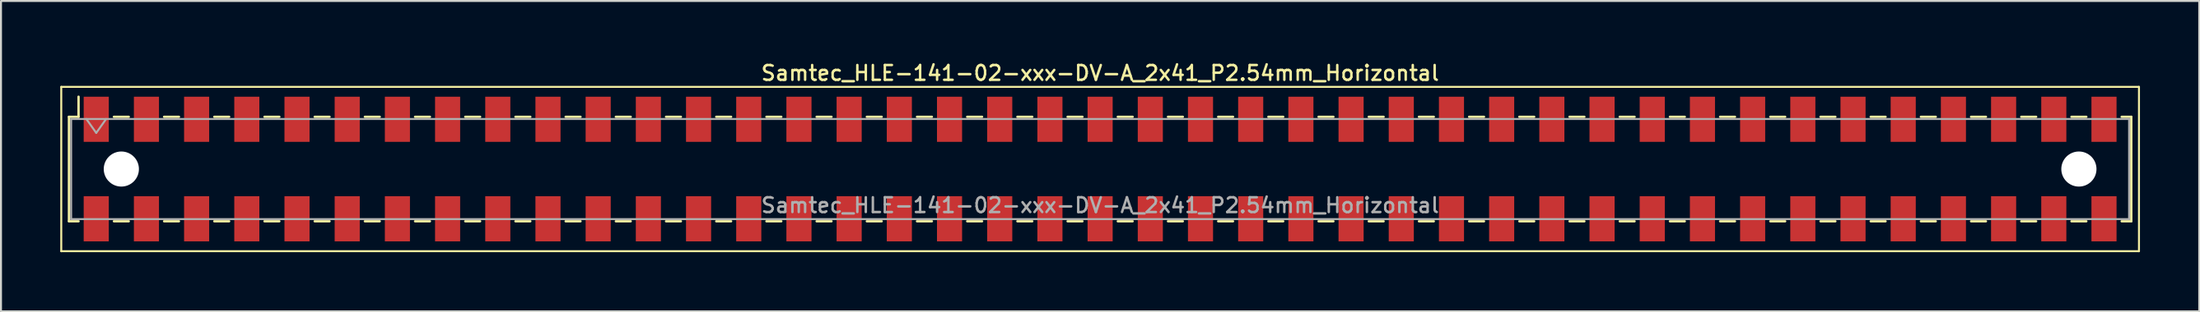
<source format=kicad_pcb>
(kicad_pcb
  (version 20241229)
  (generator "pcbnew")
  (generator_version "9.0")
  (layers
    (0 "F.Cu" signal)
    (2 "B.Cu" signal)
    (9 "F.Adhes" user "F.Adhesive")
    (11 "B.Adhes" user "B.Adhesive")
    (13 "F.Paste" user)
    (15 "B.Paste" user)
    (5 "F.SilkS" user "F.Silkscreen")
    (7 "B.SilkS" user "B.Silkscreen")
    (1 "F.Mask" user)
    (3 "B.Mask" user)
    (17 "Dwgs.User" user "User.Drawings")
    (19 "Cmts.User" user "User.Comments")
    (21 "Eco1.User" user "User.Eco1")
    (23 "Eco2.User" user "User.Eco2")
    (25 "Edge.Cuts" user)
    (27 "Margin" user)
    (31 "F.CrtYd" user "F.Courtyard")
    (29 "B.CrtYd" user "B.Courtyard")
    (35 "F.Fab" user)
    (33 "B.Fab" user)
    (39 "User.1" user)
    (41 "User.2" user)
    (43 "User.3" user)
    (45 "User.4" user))
  (footprint "Samtec_HLE-141-02-xxx-DV-A_2x41_P2.54mm_Horizontal"
    (layer "F.Cu")
    (at 52.62 5.528)
    (property "Reference" "Samtec_HLE-141-02-xxx-DV-A_2x41_P2.54mm_Horizontal" (at 0 -4.87 0) (layer "F.SilkS") (effects (font (size 0.75 0.75) (thickness 0.125))))
    (attr smd)
    (fp_line (start -52.57 -4.17) (end 52.57 -4.17) (stroke (width 0.1) (type solid)) (layer "F.SilkS"))
    (fp_line (start -52.57 4.17) (end -52.57 -4.17) (stroke (width 0.1) (type solid)) (layer "F.SilkS"))
    (fp_line (start -52.18 -2.65) (end -52.18 2.65) (stroke (width 0.12) (type solid)) (layer "F.SilkS"))
    (fp_line (start -52.18 2.65) (end -51.695 2.65) (stroke (width 0.12) (type solid)) (layer "F.SilkS"))
    (fp_line (start -51.695 -3.67) (end -51.695 -2.65) (stroke (width 0.12) (type solid)) (layer "F.SilkS"))
    (fp_line (start -51.695 -2.65) (end -52.18 -2.65) (stroke (width 0.12) (type solid)) (layer "F.SilkS"))
    (fp_line (start -49.905 -2.65) (end -49.155 -2.65) (stroke (width 0.12) (type solid)) (layer "F.SilkS"))
    (fp_line (start -49.905 2.65) (end -49.155 2.65) (stroke (width 0.12) (type solid)) (layer "F.SilkS"))
    (fp_line (start -47.365 -2.65) (end -46.615 -2.65) (stroke (width 0.12) (type solid)) (layer "F.SilkS"))
    (fp_line (start -47.365 2.65) (end -46.615 2.65) (stroke (width 0.12) (type solid)) (layer "F.SilkS"))
    (fp_line (start -44.825 -2.65) (end -44.075 -2.65) (stroke (width 0.12) (type solid)) (layer "F.SilkS"))
    (fp_line (start -44.825 2.65) (end -44.075 2.65) (stroke (width 0.12) (type solid)) (layer "F.SilkS"))
    (fp_line (start -42.285 -2.65) (end -41.535 -2.65) (stroke (width 0.12) (type solid)) (layer "F.SilkS"))
    (fp_line (start -42.285 2.65) (end -41.535 2.65) (stroke (width 0.12) (type solid)) (layer "F.SilkS"))
    (fp_line (start -39.745 -2.65) (end -38.995 -2.65) (stroke (width 0.12) (type solid)) (layer "F.SilkS"))
    (fp_line (start -39.745 2.65) (end -38.995 2.65) (stroke (width 0.12) (type solid)) (layer "F.SilkS"))
    (fp_line (start -37.205 -2.65) (end -36.455 -2.65) (stroke (width 0.12) (type solid)) (layer "F.SilkS"))
    (fp_line (start -37.205 2.65) (end -36.455 2.65) (stroke (width 0.12) (type solid)) (layer "F.SilkS"))
    (fp_line (start -34.665 -2.65) (end -33.915 -2.65) (stroke (width 0.12) (type solid)) (layer "F.SilkS"))
    (fp_line (start -34.665 2.65) (end -33.915 2.65) (stroke (width 0.12) (type solid)) (layer "F.SilkS"))
    (fp_line (start -32.125 -2.65) (end -31.375 -2.65) (stroke (width 0.12) (type solid)) (layer "F.SilkS"))
    (fp_line (start -32.125 2.65) (end -31.375 2.65) (stroke (width 0.12) (type solid)) (layer "F.SilkS"))
    (fp_line (start -29.585 -2.65) (end -28.835 -2.65) (stroke (width 0.12) (type solid)) (layer "F.SilkS"))
    (fp_line (start -29.585 2.65) (end -28.835 2.65) (stroke (width 0.12) (type solid)) (layer "F.SilkS"))
    (fp_line (start -27.045 -2.65) (end -26.295 -2.65) (stroke (width 0.12) (type solid)) (layer "F.SilkS"))
    (fp_line (start -27.045 2.65) (end -26.295 2.65) (stroke (width 0.12) (type solid)) (layer "F.SilkS"))
    (fp_line (start -24.505 -2.65) (end -23.755 -2.65) (stroke (width 0.12) (type solid)) (layer "F.SilkS"))
    (fp_line (start -24.505 2.65) (end -23.755 2.65) (stroke (width 0.12) (type solid)) (layer "F.SilkS"))
    (fp_line (start -21.965 -2.65) (end -21.215 -2.65) (stroke (width 0.12) (type solid)) (layer "F.SilkS"))
    (fp_line (start -21.965 2.65) (end -21.215 2.65) (stroke (width 0.12) (type solid)) (layer "F.SilkS"))
    (fp_line (start -19.425 -2.65) (end -18.675 -2.65) (stroke (width 0.12) (type solid)) (layer "F.SilkS"))
    (fp_line (start -19.425 2.65) (end -18.675 2.65) (stroke (width 0.12) (type solid)) (layer "F.SilkS"))
    (fp_line (start -16.885 -2.65) (end -16.135 -2.65) (stroke (width 0.12) (type solid)) (layer "F.SilkS"))
    (fp_line (start -16.885 2.65) (end -16.135 2.65) (stroke (width 0.12) (type solid)) (layer "F.SilkS"))
    (fp_line (start -14.345 -2.65) (end -13.595 -2.65) (stroke (width 0.12) (type solid)) (layer "F.SilkS"))
    (fp_line (start -14.345 2.65) (end -13.595 2.65) (stroke (width 0.12) (type solid)) (layer "F.SilkS"))
    (fp_line (start -11.805 -2.65) (end -11.055 -2.65) (stroke (width 0.12) (type solid)) (layer "F.SilkS"))
    (fp_line (start -11.805 2.65) (end -11.055 2.65) (stroke (width 0.12) (type solid)) (layer "F.SilkS"))
    (fp_line (start -9.265 -2.65) (end -8.515 -2.65) (stroke (width 0.12) (type solid)) (layer "F.SilkS"))
    (fp_line (start -9.265 2.65) (end -8.515 2.65) (stroke (width 0.12) (type solid)) (layer "F.SilkS"))
    (fp_line (start -6.725 -2.65) (end -5.975 -2.65) (stroke (width 0.12) (type solid)) (layer "F.SilkS"))
    (fp_line (start -6.725 2.65) (end -5.975 2.65) (stroke (width 0.12) (type solid)) (layer "F.SilkS"))
    (fp_line (start -4.185 -2.65) (end -3.435 -2.65) (stroke (width 0.12) (type solid)) (layer "F.SilkS"))
    (fp_line (start -4.185 2.65) (end -3.435 2.65) (stroke (width 0.12) (type solid)) (layer "F.SilkS"))
    (fp_line (start -1.645 -2.65) (end -0.895 -2.65) (stroke (width 0.12) (type solid)) (layer "F.SilkS"))
    (fp_line (start -1.645 2.65) (end -0.895 2.65) (stroke (width 0.12) (type solid)) (layer "F.SilkS"))
    (fp_line (start 0.895 -2.65) (end 1.645 -2.65) (stroke (width 0.12) (type solid)) (layer "F.SilkS"))
    (fp_line (start 0.895 2.65) (end 1.645 2.65) (stroke (width 0.12) (type solid)) (layer "F.SilkS"))
    (fp_line (start 3.435 -2.65) (end 4.185 -2.65) (stroke (width 0.12) (type solid)) (layer "F.SilkS"))
    (fp_line (start 3.435 2.65) (end 4.185 2.65) (stroke (width 0.12) (type solid)) (layer "F.SilkS"))
    (fp_line (start 5.975 -2.65) (end 6.725 -2.65) (stroke (width 0.12) (type solid)) (layer "F.SilkS"))
    (fp_line (start 5.975 2.65) (end 6.725 2.65) (stroke (width 0.12) (type solid)) (layer "F.SilkS"))
    (fp_line (start 8.515 -2.65) (end 9.265 -2.65) (stroke (width 0.12) (type solid)) (layer "F.SilkS"))
    (fp_line (start 8.515 2.65) (end 9.265 2.65) (stroke (width 0.12) (type solid)) (layer "F.SilkS"))
    (fp_line (start 11.055 -2.65) (end 11.805 -2.65) (stroke (width 0.12) (type solid)) (layer "F.SilkS"))
    (fp_line (start 11.055 2.65) (end 11.805 2.65) (stroke (width 0.12) (type solid)) (layer "F.SilkS"))
    (fp_line (start 13.595 -2.65) (end 14.345 -2.65) (stroke (width 0.12) (type solid)) (layer "F.SilkS"))
    (fp_line (start 13.595 2.65) (end 14.345 2.65) (stroke (width 0.12) (type solid)) (layer "F.SilkS"))
    (fp_line (start 16.135 -2.65) (end 16.885 -2.65) (stroke (width 0.12) (type solid)) (layer "F.SilkS"))
    (fp_line (start 16.135 2.65) (end 16.885 2.65) (stroke (width 0.12) (type solid)) (layer "F.SilkS"))
    (fp_line (start 18.675 -2.65) (end 19.425 -2.65) (stroke (width 0.12) (type solid)) (layer "F.SilkS"))
    (fp_line (start 18.675 2.65) (end 19.425 2.65) (stroke (width 0.12) (type solid)) (layer "F.SilkS"))
    (fp_line (start 21.215 -2.65) (end 21.965 -2.65) (stroke (width 0.12) (type solid)) (layer "F.SilkS"))
    (fp_line (start 21.215 2.65) (end 21.965 2.65) (stroke (width 0.12) (type solid)) (layer "F.SilkS"))
    (fp_line (start 23.755 -2.65) (end 24.505 -2.65) (stroke (width 0.12) (type solid)) (layer "F.SilkS"))
    (fp_line (start 23.755 2.65) (end 24.505 2.65) (stroke (width 0.12) (type solid)) (layer "F.SilkS"))
    (fp_line (start 26.295 -2.65) (end 27.045 -2.65) (stroke (width 0.12) (type solid)) (layer "F.SilkS"))
    (fp_line (start 26.295 2.65) (end 27.045 2.65) (stroke (width 0.12) (type solid)) (layer "F.SilkS"))
    (fp_line (start 28.835 -2.65) (end 29.585 -2.65) (stroke (width 0.12) (type solid)) (layer "F.SilkS"))
    (fp_line (start 28.835 2.65) (end 29.585 2.65) (stroke (width 0.12) (type solid)) (layer "F.SilkS"))
    (fp_line (start 31.375 -2.65) (end 32.125 -2.65) (stroke (width 0.12) (type solid)) (layer "F.SilkS"))
    (fp_line (start 31.375 2.65) (end 32.125 2.65) (stroke (width 0.12) (type solid)) (layer "F.SilkS"))
    (fp_line (start 33.915 -2.65) (end 34.665 -2.65) (stroke (width 0.12) (type solid)) (layer "F.SilkS"))
    (fp_line (start 33.915 2.65) (end 34.665 2.65) (stroke (width 0.12) (type solid)) (layer "F.SilkS"))
    (fp_line (start 36.455 -2.65) (end 37.205 -2.65) (stroke (width 0.12) (type solid)) (layer "F.SilkS"))
    (fp_line (start 36.455 2.65) (end 37.205 2.65) (stroke (width 0.12) (type solid)) (layer "F.SilkS"))
    (fp_line (start 38.995 -2.65) (end 39.745 -2.65) (stroke (width 0.12) (type solid)) (layer "F.SilkS"))
    (fp_line (start 38.995 2.65) (end 39.745 2.65) (stroke (width 0.12) (type solid)) (layer "F.SilkS"))
    (fp_line (start 41.535 -2.65) (end 42.285 -2.65) (stroke (width 0.12) (type solid)) (layer "F.SilkS"))
    (fp_line (start 41.535 2.65) (end 42.285 2.65) (stroke (width 0.12) (type solid)) (layer "F.SilkS"))
    (fp_line (start 44.075 -2.65) (end 44.825 -2.65) (stroke (width 0.12) (type solid)) (layer "F.SilkS"))
    (fp_line (start 44.075 2.65) (end 44.825 2.65) (stroke (width 0.12) (type solid)) (layer "F.SilkS"))
    (fp_line (start 46.615 -2.65) (end 47.365 -2.65) (stroke (width 0.12) (type solid)) (layer "F.SilkS"))
    (fp_line (start 46.615 2.65) (end 47.365 2.65) (stroke (width 0.12) (type solid)) (layer "F.SilkS"))
    (fp_line (start 49.155 -2.65) (end 49.905 -2.65) (stroke (width 0.12) (type solid)) (layer "F.SilkS"))
    (fp_line (start 49.155 2.65) (end 49.905 2.65) (stroke (width 0.12) (type solid)) (layer "F.SilkS"))
    (fp_line (start 51.695 -2.65) (end 52.18 -2.65) (stroke (width 0.12) (type solid)) (layer "F.SilkS"))
    (fp_line (start 52.18 -2.65) (end 52.18 2.65) (stroke (width 0.12) (type solid)) (layer "F.SilkS"))
    (fp_line (start 52.18 2.65) (end 51.695 2.65) (stroke (width 0.12) (type solid)) (layer "F.SilkS"))
    (fp_line (start 52.57 -4.17) (end 52.57 4.17) (stroke (width 0.1) (type solid)) (layer "F.SilkS"))
    (fp_line (start 52.57 4.17) (end -52.57 4.17) (stroke (width 0.1) (type solid)) (layer "F.SilkS"))
    (fp_line (start -52.07 -2.54) (end 52.07 -2.54) (stroke (width 0.1) (type solid)) (layer "F.Fab"))
    (fp_line (start -52.07 2.54) (end -52.07 -2.54) (stroke (width 0.1) (type solid)) (layer "F.Fab"))
    (fp_line (start -51.3 -2.54) (end -50.8 -1.833) (stroke (width 0.1) (type solid)) (layer "F.Fab"))
    (fp_line (start -50.8 -1.833) (end -50.3 -2.54) (stroke (width 0.1) (type solid)) (layer "F.Fab"))
    (fp_line (start 52.07 -2.54) (end 52.07 2.54) (stroke (width 0.1) (type solid)) (layer "F.Fab"))
    (fp_line (start 52.07 2.54) (end -52.07 2.54) (stroke (width 0.1) (type solid)) (layer "F.Fab"))
    (fp_text user "${REFERENCE}" (at 0 1.84 0) (layer "F.Fab") (effects (font (size 0.75 0.75) (thickness 0.125))))
    (pad "" np_thru_hole circle (at -49.53 0) (size 1.78 1.78) (drill 1.78) (layers "*.Cu" "*.Mask"))
    (pad "" np_thru_hole circle (at 49.53 0) (size 1.78 1.78) (drill 1.78) (layers "*.Cu" "*.Mask"))
    (pad "1" smd rect (at -50.8 -2.525) (size 1.27 2.29) (layers "F.Cu" "F.Mask" "F.Paste"))
    (pad "2" smd rect (at -50.8 2.525) (size 1.27 2.29) (layers "F.Cu" "F.Mask" "F.Paste"))
    (pad "3" smd rect (at -48.26 -2.525) (size 1.27 2.29) (layers "F.Cu" "F.Mask" "F.Paste"))
    (pad "4" smd rect (at -48.26 2.525) (size 1.27 2.29) (layers "F.Cu" "F.Mask" "F.Paste"))
    (pad "5" smd rect (at -45.72 -2.525) (size 1.27 2.29) (layers "F.Cu" "F.Mask" "F.Paste"))
    (pad "6" smd rect (at -45.72 2.525) (size 1.27 2.29) (layers "F.Cu" "F.Mask" "F.Paste"))
    (pad "7" smd rect (at -43.18 -2.525) (size 1.27 2.29) (layers "F.Cu" "F.Mask" "F.Paste"))
    (pad "8" smd rect (at -43.18 2.525) (size 1.27 2.29) (layers "F.Cu" "F.Mask" "F.Paste"))
    (pad "9" smd rect (at -40.64 -2.525) (size 1.27 2.29) (layers "F.Cu" "F.Mask" "F.Paste"))
    (pad "10" smd rect (at -40.64 2.525) (size 1.27 2.29) (layers "F.Cu" "F.Mask" "F.Paste"))
    (pad "11" smd rect (at -38.1 -2.525) (size 1.27 2.29) (layers "F.Cu" "F.Mask" "F.Paste"))
    (pad "12" smd rect (at -38.1 2.525) (size 1.27 2.29) (layers "F.Cu" "F.Mask" "F.Paste"))
    (pad "13" smd rect (at -35.56 -2.525) (size 1.27 2.29) (layers "F.Cu" "F.Mask" "F.Paste"))
    (pad "14" smd rect (at -35.56 2.525) (size 1.27 2.29) (layers "F.Cu" "F.Mask" "F.Paste"))
    (pad "15" smd rect (at -33.02 -2.525) (size 1.27 2.29) (layers "F.Cu" "F.Mask" "F.Paste"))
    (pad "16" smd rect (at -33.02 2.525) (size 1.27 2.29) (layers "F.Cu" "F.Mask" "F.Paste"))
    (pad "17" smd rect (at -30.48 -2.525) (size 1.27 2.29) (layers "F.Cu" "F.Mask" "F.Paste"))
    (pad "18" smd rect (at -30.48 2.525) (size 1.27 2.29) (layers "F.Cu" "F.Mask" "F.Paste"))
    (pad "19" smd rect (at -27.94 -2.525) (size 1.27 2.29) (layers "F.Cu" "F.Mask" "F.Paste"))
    (pad "20" smd rect (at -27.94 2.525) (size 1.27 2.29) (layers "F.Cu" "F.Mask" "F.Paste"))
    (pad "21" smd rect (at -25.4 -2.525) (size 1.27 2.29) (layers "F.Cu" "F.Mask" "F.Paste"))
    (pad "22" smd rect (at -25.4 2.525) (size 1.27 2.29) (layers "F.Cu" "F.Mask" "F.Paste"))
    (pad "23" smd rect (at -22.86 -2.525) (size 1.27 2.29) (layers "F.Cu" "F.Mask" "F.Paste"))
    (pad "24" smd rect (at -22.86 2.525) (size 1.27 2.29) (layers "F.Cu" "F.Mask" "F.Paste"))
    (pad "25" smd rect (at -20.32 -2.525) (size 1.27 2.29) (layers "F.Cu" "F.Mask" "F.Paste"))
    (pad "26" smd rect (at -20.32 2.525) (size 1.27 2.29) (layers "F.Cu" "F.Mask" "F.Paste"))
    (pad "27" smd rect (at -17.78 -2.525) (size 1.27 2.29) (layers "F.Cu" "F.Mask" "F.Paste"))
    (pad "28" smd rect (at -17.78 2.525) (size 1.27 2.29) (layers "F.Cu" "F.Mask" "F.Paste"))
    (pad "29" smd rect (at -15.24 -2.525) (size 1.27 2.29) (layers "F.Cu" "F.Mask" "F.Paste"))
    (pad "30" smd rect (at -15.24 2.525) (size 1.27 2.29) (layers "F.Cu" "F.Mask" "F.Paste"))
    (pad "31" smd rect (at -12.7 -2.525) (size 1.27 2.29) (layers "F.Cu" "F.Mask" "F.Paste"))
    (pad "32" smd rect (at -12.7 2.525) (size 1.27 2.29) (layers "F.Cu" "F.Mask" "F.Paste"))
    (pad "33" smd rect (at -10.16 -2.525) (size 1.27 2.29) (layers "F.Cu" "F.Mask" "F.Paste"))
    (pad "34" smd rect (at -10.16 2.525) (size 1.27 2.29) (layers "F.Cu" "F.Mask" "F.Paste"))
    (pad "35" smd rect (at -7.62 -2.525) (size 1.27 2.29) (layers "F.Cu" "F.Mask" "F.Paste"))
    (pad "36" smd rect (at -7.62 2.525) (size 1.27 2.29) (layers "F.Cu" "F.Mask" "F.Paste"))
    (pad "37" smd rect (at -5.08 -2.525) (size 1.27 2.29) (layers "F.Cu" "F.Mask" "F.Paste"))
    (pad "38" smd rect (at -5.08 2.525) (size 1.27 2.29) (layers "F.Cu" "F.Mask" "F.Paste"))
    (pad "39" smd rect (at -2.54 -2.525) (size 1.27 2.29) (layers "F.Cu" "F.Mask" "F.Paste"))
    (pad "40" smd rect (at -2.54 2.525) (size 1.27 2.29) (layers "F.Cu" "F.Mask" "F.Paste"))
    (pad "41" smd rect (at 0 -2.525) (size 1.27 2.29) (layers "F.Cu" "F.Mask" "F.Paste"))
    (pad "42" smd rect (at 0 2.525) (size 1.27 2.29) (layers "F.Cu" "F.Mask" "F.Paste"))
    (pad "43" smd rect (at 2.54 -2.525) (size 1.27 2.29) (layers "F.Cu" "F.Mask" "F.Paste"))
    (pad "44" smd rect (at 2.54 2.525) (size 1.27 2.29) (layers "F.Cu" "F.Mask" "F.Paste"))
    (pad "45" smd rect (at 5.08 -2.525) (size 1.27 2.29) (layers "F.Cu" "F.Mask" "F.Paste"))
    (pad "46" smd rect (at 5.08 2.525) (size 1.27 2.29) (layers "F.Cu" "F.Mask" "F.Paste"))
    (pad "47" smd rect (at 7.62 -2.525) (size 1.27 2.29) (layers "F.Cu" "F.Mask" "F.Paste"))
    (pad "48" smd rect (at 7.62 2.525) (size 1.27 2.29) (layers "F.Cu" "F.Mask" "F.Paste"))
    (pad "49" smd rect (at 10.16 -2.525) (size 1.27 2.29) (layers "F.Cu" "F.Mask" "F.Paste"))
    (pad "50" smd rect (at 10.16 2.525) (size 1.27 2.29) (layers "F.Cu" "F.Mask" "F.Paste"))
    (pad "51" smd rect (at 12.7 -2.525) (size 1.27 2.29) (layers "F.Cu" "F.Mask" "F.Paste"))
    (pad "52" smd rect (at 12.7 2.525) (size 1.27 2.29) (layers "F.Cu" "F.Mask" "F.Paste"))
    (pad "53" smd rect (at 15.24 -2.525) (size 1.27 2.29) (layers "F.Cu" "F.Mask" "F.Paste"))
    (pad "54" smd rect (at 15.24 2.525) (size 1.27 2.29) (layers "F.Cu" "F.Mask" "F.Paste"))
    (pad "55" smd rect (at 17.78 -2.525) (size 1.27 2.29) (layers "F.Cu" "F.Mask" "F.Paste"))
    (pad "56" smd rect (at 17.78 2.525) (size 1.27 2.29) (layers "F.Cu" "F.Mask" "F.Paste"))
    (pad "57" smd rect (at 20.32 -2.525) (size 1.27 2.29) (layers "F.Cu" "F.Mask" "F.Paste"))
    (pad "58" smd rect (at 20.32 2.525) (size 1.27 2.29) (layers "F.Cu" "F.Mask" "F.Paste"))
    (pad "59" smd rect (at 22.86 -2.525) (size 1.27 2.29) (layers "F.Cu" "F.Mask" "F.Paste"))
    (pad "60" smd rect (at 22.86 2.525) (size 1.27 2.29) (layers "F.Cu" "F.Mask" "F.Paste"))
    (pad "61" smd rect (at 25.4 -2.525) (size 1.27 2.29) (layers "F.Cu" "F.Mask" "F.Paste"))
    (pad "62" smd rect (at 25.4 2.525) (size 1.27 2.29) (layers "F.Cu" "F.Mask" "F.Paste"))
    (pad "63" smd rect (at 27.94 -2.525) (size 1.27 2.29) (layers "F.Cu" "F.Mask" "F.Paste"))
    (pad "64" smd rect (at 27.94 2.525) (size 1.27 2.29) (layers "F.Cu" "F.Mask" "F.Paste"))
    (pad "65" smd rect (at 30.48 -2.525) (size 1.27 2.29) (layers "F.Cu" "F.Mask" "F.Paste"))
    (pad "66" smd rect (at 30.48 2.525) (size 1.27 2.29) (layers "F.Cu" "F.Mask" "F.Paste"))
    (pad "67" smd rect (at 33.02 -2.525) (size 1.27 2.29) (layers "F.Cu" "F.Mask" "F.Paste"))
    (pad "68" smd rect (at 33.02 2.525) (size 1.27 2.29) (layers "F.Cu" "F.Mask" "F.Paste"))
    (pad "69" smd rect (at 35.56 -2.525) (size 1.27 2.29) (layers "F.Cu" "F.Mask" "F.Paste"))
    (pad "70" smd rect (at 35.56 2.525) (size 1.27 2.29) (layers "F.Cu" "F.Mask" "F.Paste"))
    (pad "71" smd rect (at 38.1 -2.525) (size 1.27 2.29) (layers "F.Cu" "F.Mask" "F.Paste"))
    (pad "72" smd rect (at 38.1 2.525) (size 1.27 2.29) (layers "F.Cu" "F.Mask" "F.Paste"))
    (pad "73" smd rect (at 40.64 -2.525) (size 1.27 2.29) (layers "F.Cu" "F.Mask" "F.Paste"))
    (pad "74" smd rect (at 40.64 2.525) (size 1.27 2.29) (layers "F.Cu" "F.Mask" "F.Paste"))
    (pad "75" smd rect (at 43.18 -2.525) (size 1.27 2.29) (layers "F.Cu" "F.Mask" "F.Paste"))
    (pad "76" smd rect (at 43.18 2.525) (size 1.27 2.29) (layers "F.Cu" "F.Mask" "F.Paste"))
    (pad "77" smd rect (at 45.72 -2.525) (size 1.27 2.29) (layers "F.Cu" "F.Mask" "F.Paste"))
    (pad "78" smd rect (at 45.72 2.525) (size 1.27 2.29) (layers "F.Cu" "F.Mask" "F.Paste"))
    (pad "79" smd rect (at 48.26 -2.525) (size 1.27 2.29) (layers "F.Cu" "F.Mask" "F.Paste"))
    (pad "80" smd rect (at 48.26 2.525) (size 1.27 2.29) (layers "F.Cu" "F.Mask" "F.Paste"))
    (pad "81" smd rect (at 50.8 -2.525) (size 1.27 2.29) (layers "F.Cu" "F.Mask" "F.Paste"))
    (pad "82" smd rect (at 50.8 2.525) (size 1.27 2.29) (layers "F.Cu" "F.Mask" "F.Paste")))
  (gr_rect
    (start -3 -3)
    (end 108.24 12.748)
    (stroke (width 0.1) (type default))
    (fill no)
    (layer "Edge.Cuts")))
</source>
